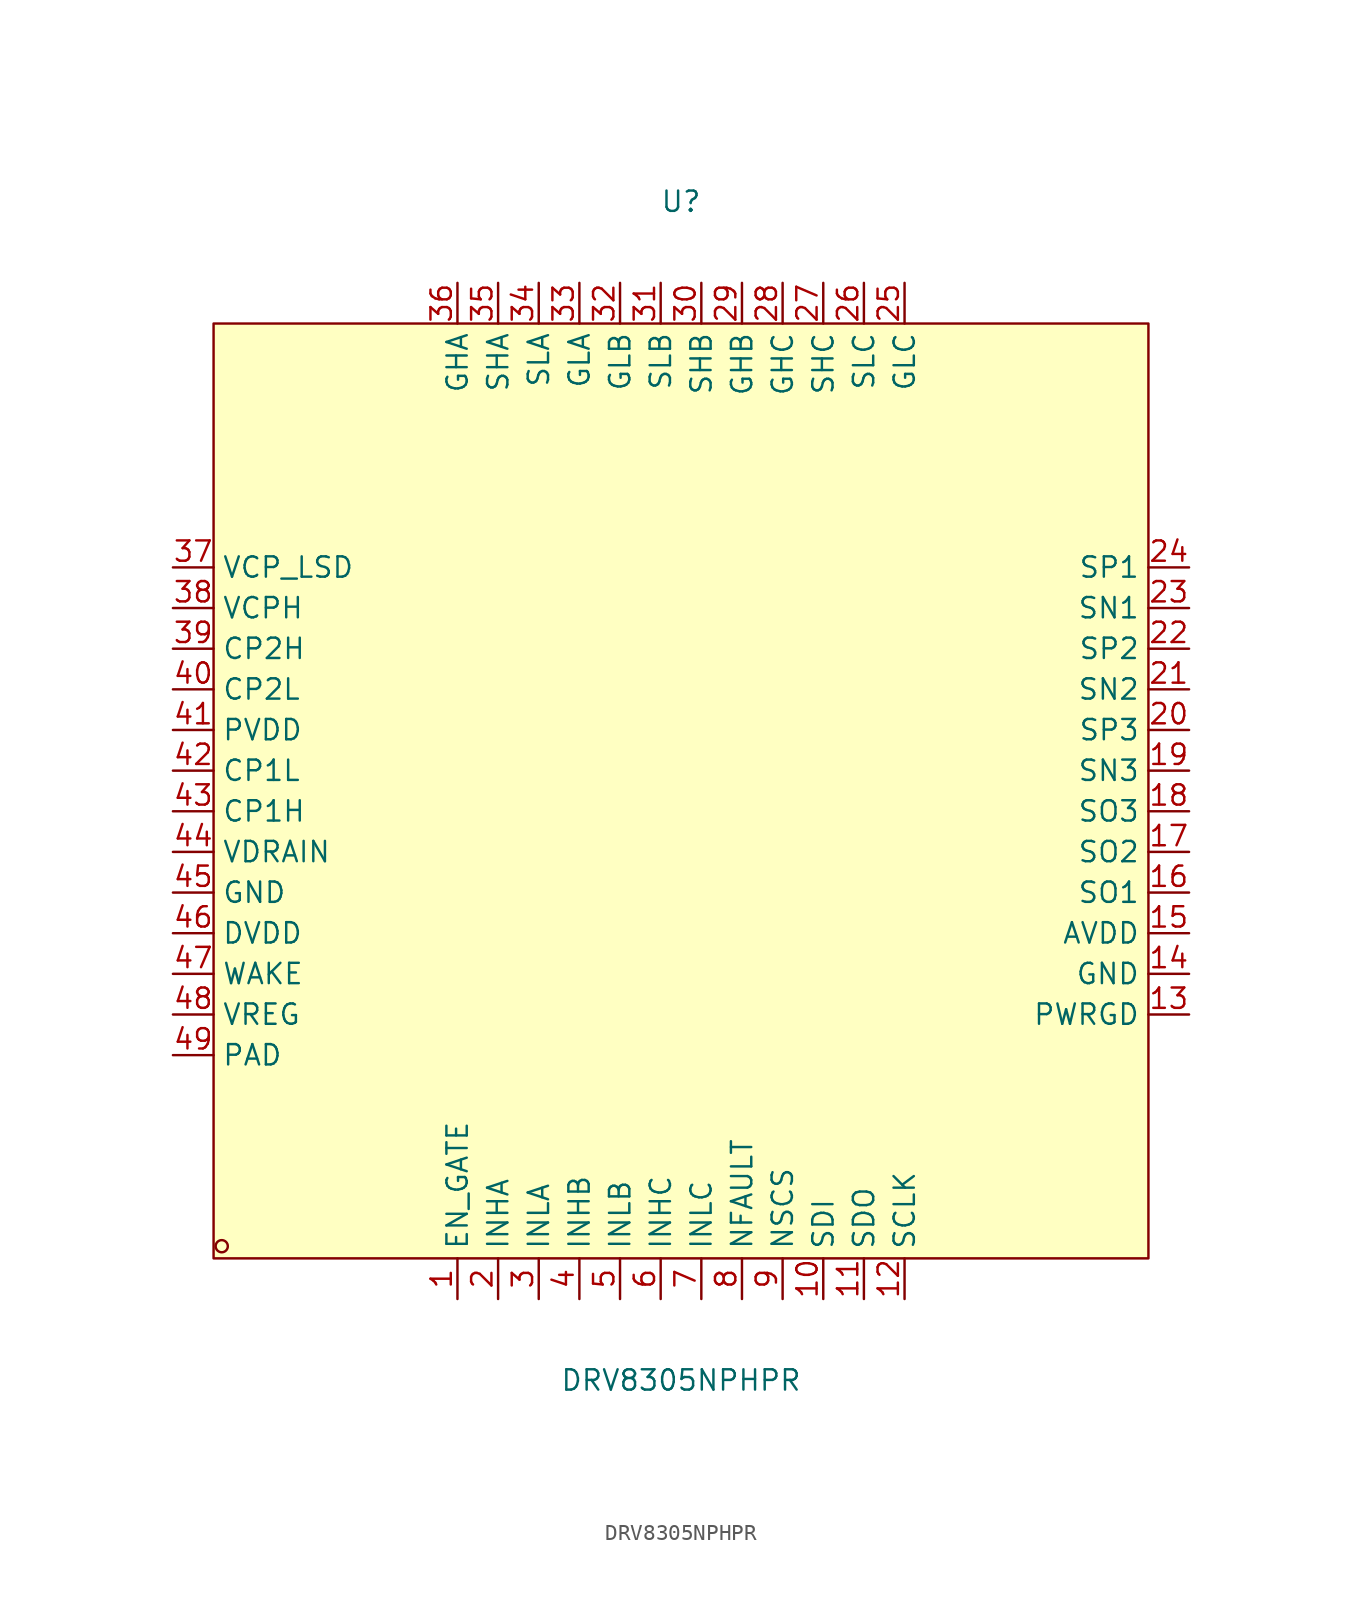
<source format=kicad_sym>
(kicad_symbol_lib
  (version 20211014)
  (generator https://github.com/uPesy/easyeda2kicad.py)
  (symbol "DRV8305NPHPR"
    (property "Reference" "U"
      (at 0 36.83 0)
      (effects (font (size 1.27 1.27))))
    (property "Value" "DRV8305NPHPR"
      (at 0 -36.83 0)
      (effects (font (size 1.27 1.27))))
    (symbol "DRV8305NPHPR_0_1"
      (rectangle (start -29.21 29.21) (end 29.21 -29.21) (stroke (width 0) (type default) (color 0 0 0 0)) (fill (type background)))
      (circle (center -28.70 -28.45) (radius 0.38) (stroke (width 0) (type default) (color 0 0 0 0)) (fill (type none)))
      (pin unspecified line (at -13.97 -31.75 90) (length 2.54) (name "EN_GATE" (effects (font (size 1.27 1.27)))) (number "1" (effects (font (size 1.27 1.27)))))
      (pin unspecified line (at -11.43 -31.75 90) (length 2.54) (name "INHA" (effects (font (size 1.27 1.27)))) (number "2" (effects (font (size 1.27 1.27)))))
      (pin unspecified line (at -8.89 -31.75 90) (length 2.54) (name "INLA" (effects (font (size 1.27 1.27)))) (number "3" (effects (font (size 1.27 1.27)))))
      (pin unspecified line (at -6.35 -31.75 90) (length 2.54) (name "INHB" (effects (font (size 1.27 1.27)))) (number "4" (effects (font (size 1.27 1.27)))))
      (pin unspecified line (at -3.81 -31.75 90) (length 2.54) (name "INLB" (effects (font (size 1.27 1.27)))) (number "5" (effects (font (size 1.27 1.27)))))
      (pin unspecified line (at -1.27 -31.75 90) (length 2.54) (name "INHC" (effects (font (size 1.27 1.27)))) (number "6" (effects (font (size 1.27 1.27)))))
      (pin unspecified line (at 1.27 -31.75 90) (length 2.54) (name "INLC" (effects (font (size 1.27 1.27)))) (number "7" (effects (font (size 1.27 1.27)))))
      (pin unspecified line (at 3.81 -31.75 90) (length 2.54) (name "NFAULT" (effects (font (size 1.27 1.27)))) (number "8" (effects (font (size 1.27 1.27)))))
      (pin unspecified line (at 6.35 -31.75 90) (length 2.54) (name "NSCS" (effects (font (size 1.27 1.27)))) (number "9" (effects (font (size 1.27 1.27)))))
      (pin unspecified line (at 8.89 -31.75 90) (length 2.54) (name "SDI" (effects (font (size 1.27 1.27)))) (number "10" (effects (font (size 1.27 1.27)))))
      (pin unspecified line (at 11.43 -31.75 90) (length 2.54) (name "SDO" (effects (font (size 1.27 1.27)))) (number "11" (effects (font (size 1.27 1.27)))))
      (pin unspecified line (at 13.97 -31.75 90) (length 2.54) (name "SCLK" (effects (font (size 1.27 1.27)))) (number "12" (effects (font (size 1.27 1.27)))))
      (pin unspecified line (at 31.75 -13.97 180) (length 2.54) (name "PWRGD" (effects (font (size 1.27 1.27)))) (number "13" (effects (font (size 1.27 1.27)))))
      (pin unspecified line (at 31.75 -11.43 180) (length 2.54) (name "GND" (effects (font (size 1.27 1.27)))) (number "14" (effects (font (size 1.27 1.27)))))
      (pin unspecified line (at 31.75 -8.89 180) (length 2.54) (name "AVDD" (effects (font (size 1.27 1.27)))) (number "15" (effects (font (size 1.27 1.27)))))
      (pin unspecified line (at 31.75 -6.35 180) (length 2.54) (name "SO1" (effects (font (size 1.27 1.27)))) (number "16" (effects (font (size 1.27 1.27)))))
      (pin unspecified line (at 31.75 -3.81 180) (length 2.54) (name "SO2" (effects (font (size 1.27 1.27)))) (number "17" (effects (font (size 1.27 1.27)))))
      (pin unspecified line (at 31.75 -1.27 180) (length 2.54) (name "SO3" (effects (font (size 1.27 1.27)))) (number "18" (effects (font (size 1.27 1.27)))))
      (pin unspecified line (at 31.75 1.27 180) (length 2.54) (name "SN3" (effects (font (size 1.27 1.27)))) (number "19" (effects (font (size 1.27 1.27)))))
      (pin unspecified line (at 31.75 3.81 180) (length 2.54) (name "SP3" (effects (font (size 1.27 1.27)))) (number "20" (effects (font (size 1.27 1.27)))))
      (pin unspecified line (at 31.75 6.35 180) (length 2.54) (name "SN2" (effects (font (size 1.27 1.27)))) (number "21" (effects (font (size 1.27 1.27)))))
      (pin unspecified line (at 31.75 8.89 180) (length 2.54) (name "SP2" (effects (font (size 1.27 1.27)))) (number "22" (effects (font (size 1.27 1.27)))))
      (pin unspecified line (at 31.75 11.43 180) (length 2.54) (name "SN1" (effects (font (size 1.27 1.27)))) (number "23" (effects (font (size 1.27 1.27)))))
      (pin unspecified line (at 31.75 13.97 180) (length 2.54) (name "SP1" (effects (font (size 1.27 1.27)))) (number "24" (effects (font (size 1.27 1.27)))))
      (pin unspecified line (at 13.97 31.75 270) (length 2.54) (name "GLC" (effects (font (size 1.27 1.27)))) (number "25" (effects (font (size 1.27 1.27)))))
      (pin unspecified line (at 11.43 31.75 270) (length 2.54) (name "SLC" (effects (font (size 1.27 1.27)))) (number "26" (effects (font (size 1.27 1.27)))))
      (pin unspecified line (at 8.89 31.75 270) (length 2.54) (name "SHC" (effects (font (size 1.27 1.27)))) (number "27" (effects (font (size 1.27 1.27)))))
      (pin unspecified line (at 6.35 31.75 270) (length 2.54) (name "GHC" (effects (font (size 1.27 1.27)))) (number "28" (effects (font (size 1.27 1.27)))))
      (pin unspecified line (at 3.81 31.75 270) (length 2.54) (name "GHB" (effects (font (size 1.27 1.27)))) (number "29" (effects (font (size 1.27 1.27)))))
      (pin unspecified line (at 1.27 31.75 270) (length 2.54) (name "SHB" (effects (font (size 1.27 1.27)))) (number "30" (effects (font (size 1.27 1.27)))))
      (pin unspecified line (at -1.27 31.75 270) (length 2.54) (name "SLB" (effects (font (size 1.27 1.27)))) (number "31" (effects (font (size 1.27 1.27)))))
      (pin unspecified line (at -3.81 31.75 270) (length 2.54) (name "GLB" (effects (font (size 1.27 1.27)))) (number "32" (effects (font (size 1.27 1.27)))))
      (pin unspecified line (at -6.35 31.75 270) (length 2.54) (name "GLA" (effects (font (size 1.27 1.27)))) (number "33" (effects (font (size 1.27 1.27)))))
      (pin unspecified line (at -8.89 31.75 270) (length 2.54) (name "SLA" (effects (font (size 1.27 1.27)))) (number "34" (effects (font (size 1.27 1.27)))))
      (pin unspecified line (at -11.43 31.75 270) (length 2.54) (name "SHA" (effects (font (size 1.27 1.27)))) (number "35" (effects (font (size 1.27 1.27)))))
      (pin unspecified line (at -13.97 31.75 270) (length 2.54) (name "GHA" (effects (font (size 1.27 1.27)))) (number "36" (effects (font (size 1.27 1.27)))))
      (pin unspecified line (at -31.75 13.97 0) (length 2.54) (name "VCP_LSD" (effects (font (size 1.27 1.27)))) (number "37" (effects (font (size 1.27 1.27)))))
      (pin unspecified line (at -31.75 11.43 0) (length 2.54) (name "VCPH" (effects (font (size 1.27 1.27)))) (number "38" (effects (font (size 1.27 1.27)))))
      (pin unspecified line (at -31.75 8.89 0) (length 2.54) (name "CP2H" (effects (font (size 1.27 1.27)))) (number "39" (effects (font (size 1.27 1.27)))))
      (pin unspecified line (at -31.75 6.35 0) (length 2.54) (name "CP2L" (effects (font (size 1.27 1.27)))) (number "40" (effects (font (size 1.27 1.27)))))
      (pin unspecified line (at -31.75 3.81 0) (length 2.54) (name "PVDD" (effects (font (size 1.27 1.27)))) (number "41" (effects (font (size 1.27 1.27)))))
      (pin unspecified line (at -31.75 1.27 0) (length 2.54) (name "CP1L" (effects (font (size 1.27 1.27)))) (number "42" (effects (font (size 1.27 1.27)))))
      (pin unspecified line (at -31.75 -1.27 0) (length 2.54) (name "CP1H" (effects (font (size 1.27 1.27)))) (number "43" (effects (font (size 1.27 1.27)))))
      (pin unspecified line (at -31.75 -3.81 0) (length 2.54) (name "VDRAIN" (effects (font (size 1.27 1.27)))) (number "44" (effects (font (size 1.27 1.27)))))
      (pin unspecified line (at -31.75 -6.35 0) (length 2.54) (name "GND" (effects (font (size 1.27 1.27)))) (number "45" (effects (font (size 1.27 1.27)))))
      (pin unspecified line (at -31.75 -8.89 0) (length 2.54) (name "DVDD" (effects (font (size 1.27 1.27)))) (number "46" (effects (font (size 1.27 1.27)))))
      (pin unspecified line (at -31.75 -11.43 0) (length 2.54) (name "WAKE" (effects (font (size 1.27 1.27)))) (number "47" (effects (font (size 1.27 1.27)))))
      (pin unspecified line (at -31.75 -13.97 0) (length 2.54) (name "VREG" (effects (font (size 1.27 1.27)))) (number "48" (effects (font (size 1.27 1.27)))))
      (pin unspecified line (at -31.75 -16.51 0) (length 2.54) (name "PAD" (effects (font (size 1.27 1.27)))) (number "49" (effects (font (size 1.27 1.27))))))))
</source>
